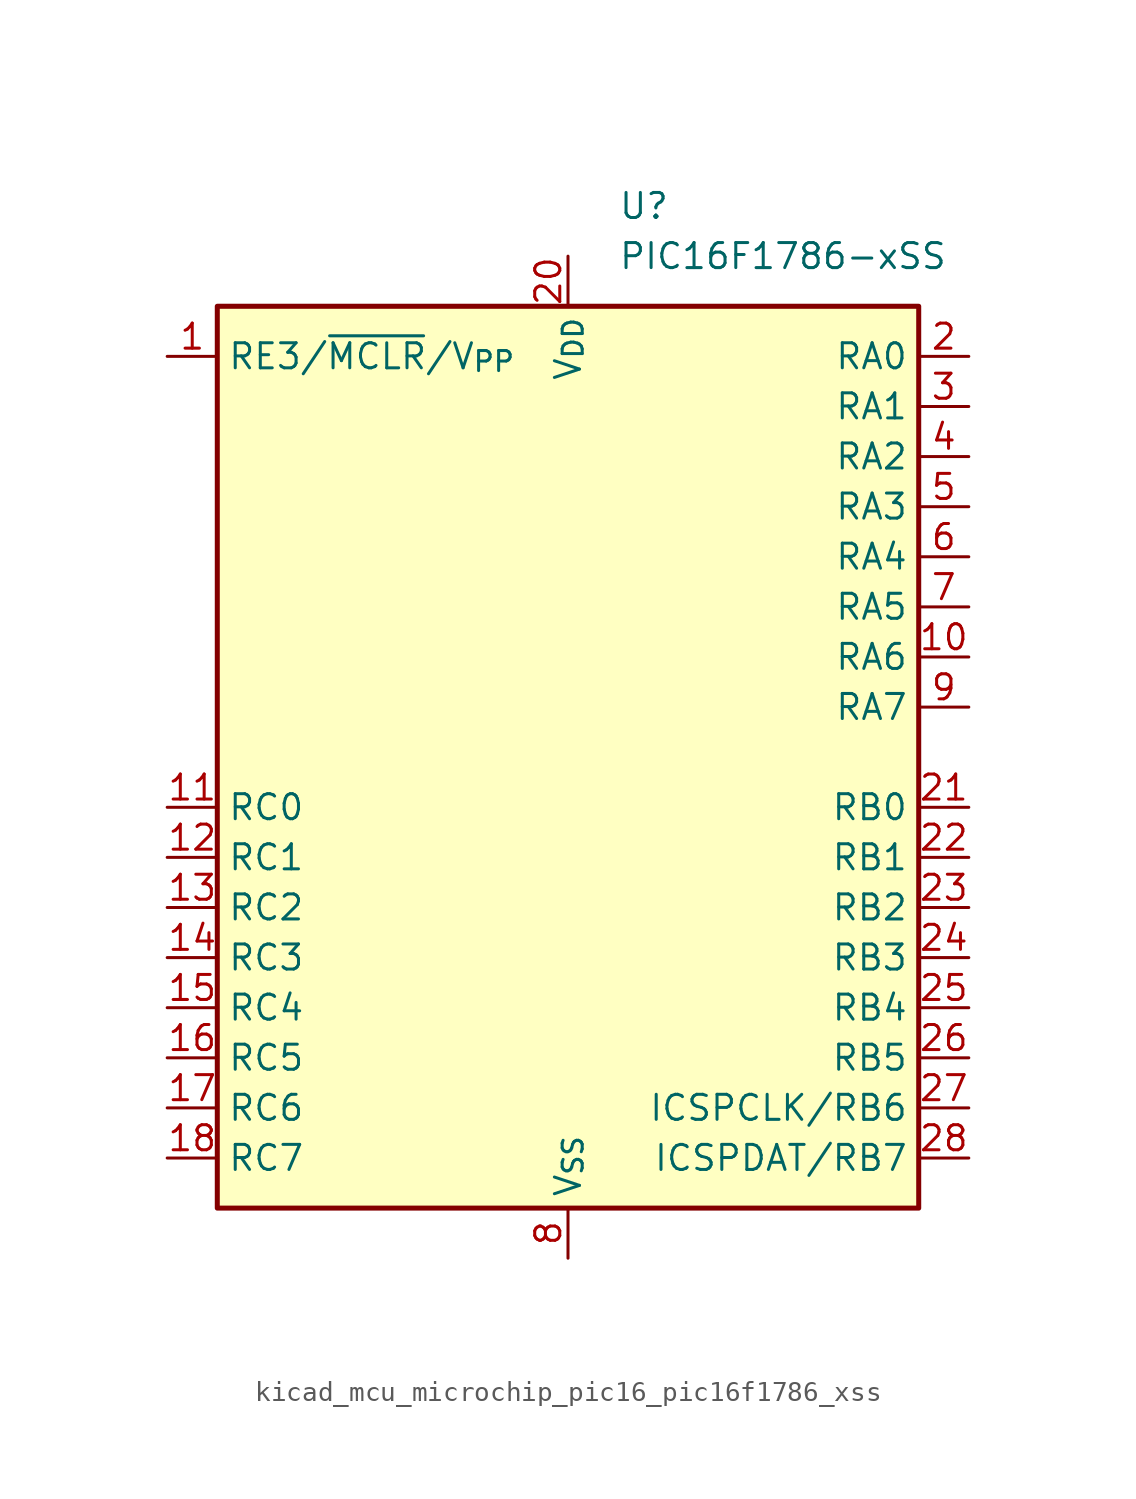
<source format=kicad_sym>
(kicad_symbol_lib
  (version 20220914)
  (generator kicad_symbol_editor)
  (symbol "kicad_mcu_microchip_pic16_pic16f1786_xss"
    (property "Reference" "U"
      (at 2.54 27.94 0)
      (effects (font (size 1.27 1.27)) (justify left)))
    (property "Value" "PIC16F1786-xSS"
      (at 2.54 25.4 0)
      (effects (font (size 1.27 1.27)) (justify left)))
    (symbol "kicad_mcu_microchip_pic16_pic16f1786_xss_0_1"
      (rectangle (start -17.78 -22.86) (end 17.78 22.86) (stroke (width 0.254) (type default)) (fill (type background))))
    (symbol "kicad_mcu_microchip_pic16_pic16f1786_xss_1_1"
      (pin input line (at -20.32 20.32 0) (length 2.54) (name "RE3/~{MCLR}/V_{PP}" (effects (font (size 1.27 1.27)))) (number "1" (effects (font (size 1.27 1.27)))))
      (pin bidirectional line (at 20.32 5.08 180) (length 2.54) (name "RA6" (effects (font (size 1.27 1.27)))) (number "10" (effects (font (size 1.27 1.27)))))
      (pin bidirectional line (at -20.32 -2.54 0) (length 2.54) (name "RC0" (effects (font (size 1.27 1.27)))) (number "11" (effects (font (size 1.27 1.27)))))
      (pin bidirectional line (at -20.32 -5.08 0) (length 2.54) (name "RC1" (effects (font (size 1.27 1.27)))) (number "12" (effects (font (size 1.27 1.27)))))
      (pin bidirectional line (at -20.32 -7.62 0) (length 2.54) (name "RC2" (effects (font (size 1.27 1.27)))) (number "13" (effects (font (size 1.27 1.27)))))
      (pin bidirectional line (at -20.32 -10.16 0) (length 2.54) (name "RC3" (effects (font (size 1.27 1.27)))) (number "14" (effects (font (size 1.27 1.27)))))
      (pin bidirectional line (at -20.32 -12.7 0) (length 2.54) (name "RC4" (effects (font (size 1.27 1.27)))) (number "15" (effects (font (size 1.27 1.27)))))
      (pin bidirectional line (at -20.32 -15.24 0) (length 2.54) (name "RC5" (effects (font (size 1.27 1.27)))) (number "16" (effects (font (size 1.27 1.27)))))
      (pin bidirectional line (at -20.32 -17.78 0) (length 2.54) (name "RC6" (effects (font (size 1.27 1.27)))) (number "17" (effects (font (size 1.27 1.27)))))
      (pin bidirectional line (at -20.32 -20.32 0) (length 2.54) (name "RC7" (effects (font (size 1.27 1.27)))) (number "18" (effects (font (size 1.27 1.27)))))
      (pin passive line (at 0 -25.4 90) (length 2.54) hide (name "V_{SS}" (effects (font (size 1.27 1.27)))) (number "19" (effects (font (size 1.27 1.27)))))
      (pin bidirectional line (at 20.32 20.32 180) (length 2.54) (name "RA0" (effects (font (size 1.27 1.27)))) (number "2" (effects (font (size 1.27 1.27)))))
      (pin power_in line (at 0 25.4 270) (length 2.54) (name "V_{DD}" (effects (font (size 1.27 1.27)))) (number "20" (effects (font (size 1.27 1.27)))))
      (pin bidirectional line (at 20.32 -2.54 180) (length 2.54) (name "RB0" (effects (font (size 1.27 1.27)))) (number "21" (effects (font (size 1.27 1.27)))))
      (pin bidirectional line (at 20.32 -5.08 180) (length 2.54) (name "RB1" (effects (font (size 1.27 1.27)))) (number "22" (effects (font (size 1.27 1.27)))))
      (pin bidirectional line (at 20.32 -7.62 180) (length 2.54) (name "RB2" (effects (font (size 1.27 1.27)))) (number "23" (effects (font (size 1.27 1.27)))))
      (pin bidirectional line (at 20.32 -10.16 180) (length 2.54) (name "RB3" (effects (font (size 1.27 1.27)))) (number "24" (effects (font (size 1.27 1.27)))))
      (pin bidirectional line (at 20.32 -12.7 180) (length 2.54) (name "RB4" (effects (font (size 1.27 1.27)))) (number "25" (effects (font (size 1.27 1.27)))))
      (pin bidirectional line (at 20.32 -15.24 180) (length 2.54) (name "RB5" (effects (font (size 1.27 1.27)))) (number "26" (effects (font (size 1.27 1.27)))))
      (pin bidirectional line (at 20.32 -17.78 180) (length 2.54) (name "ICSPCLK/RB6" (effects (font (size 1.27 1.27)))) (number "27" (effects (font (size 1.27 1.27)))))
      (pin bidirectional line (at 20.32 -20.32 180) (length 2.54) (name "ICSPDAT/RB7" (effects (font (size 1.27 1.27)))) (number "28" (effects (font (size 1.27 1.27)))))
      (pin bidirectional line (at 20.32 17.78 180) (length 2.54) (name "RA1" (effects (font (size 1.27 1.27)))) (number "3" (effects (font (size 1.27 1.27)))))
      (pin bidirectional line (at 20.32 15.24 180) (length 2.54) (name "RA2" (effects (font (size 1.27 1.27)))) (number "4" (effects (font (size 1.27 1.27)))))
      (pin bidirectional line (at 20.32 12.7 180) (length 2.54) (name "RA3" (effects (font (size 1.27 1.27)))) (number "5" (effects (font (size 1.27 1.27)))))
      (pin bidirectional line (at 20.32 10.16 180) (length 2.54) (name "RA4" (effects (font (size 1.27 1.27)))) (number "6" (effects (font (size 1.27 1.27)))))
      (pin bidirectional line (at 20.32 7.62 180) (length 2.54) (name "RA5" (effects (font (size 1.27 1.27)))) (number "7" (effects (font (size 1.27 1.27)))))
      (pin power_in line (at 0 -25.4 90) (length 2.54) (name "V_{SS}" (effects (font (size 1.27 1.27)))) (number "8" (effects (font (size 1.27 1.27)))))
      (pin bidirectional line (at 20.32 2.54 180) (length 2.54) (name "RA7" (effects (font (size 1.27 1.27)))) (number "9" (effects (font (size 1.27 1.27))))))))
</source>
